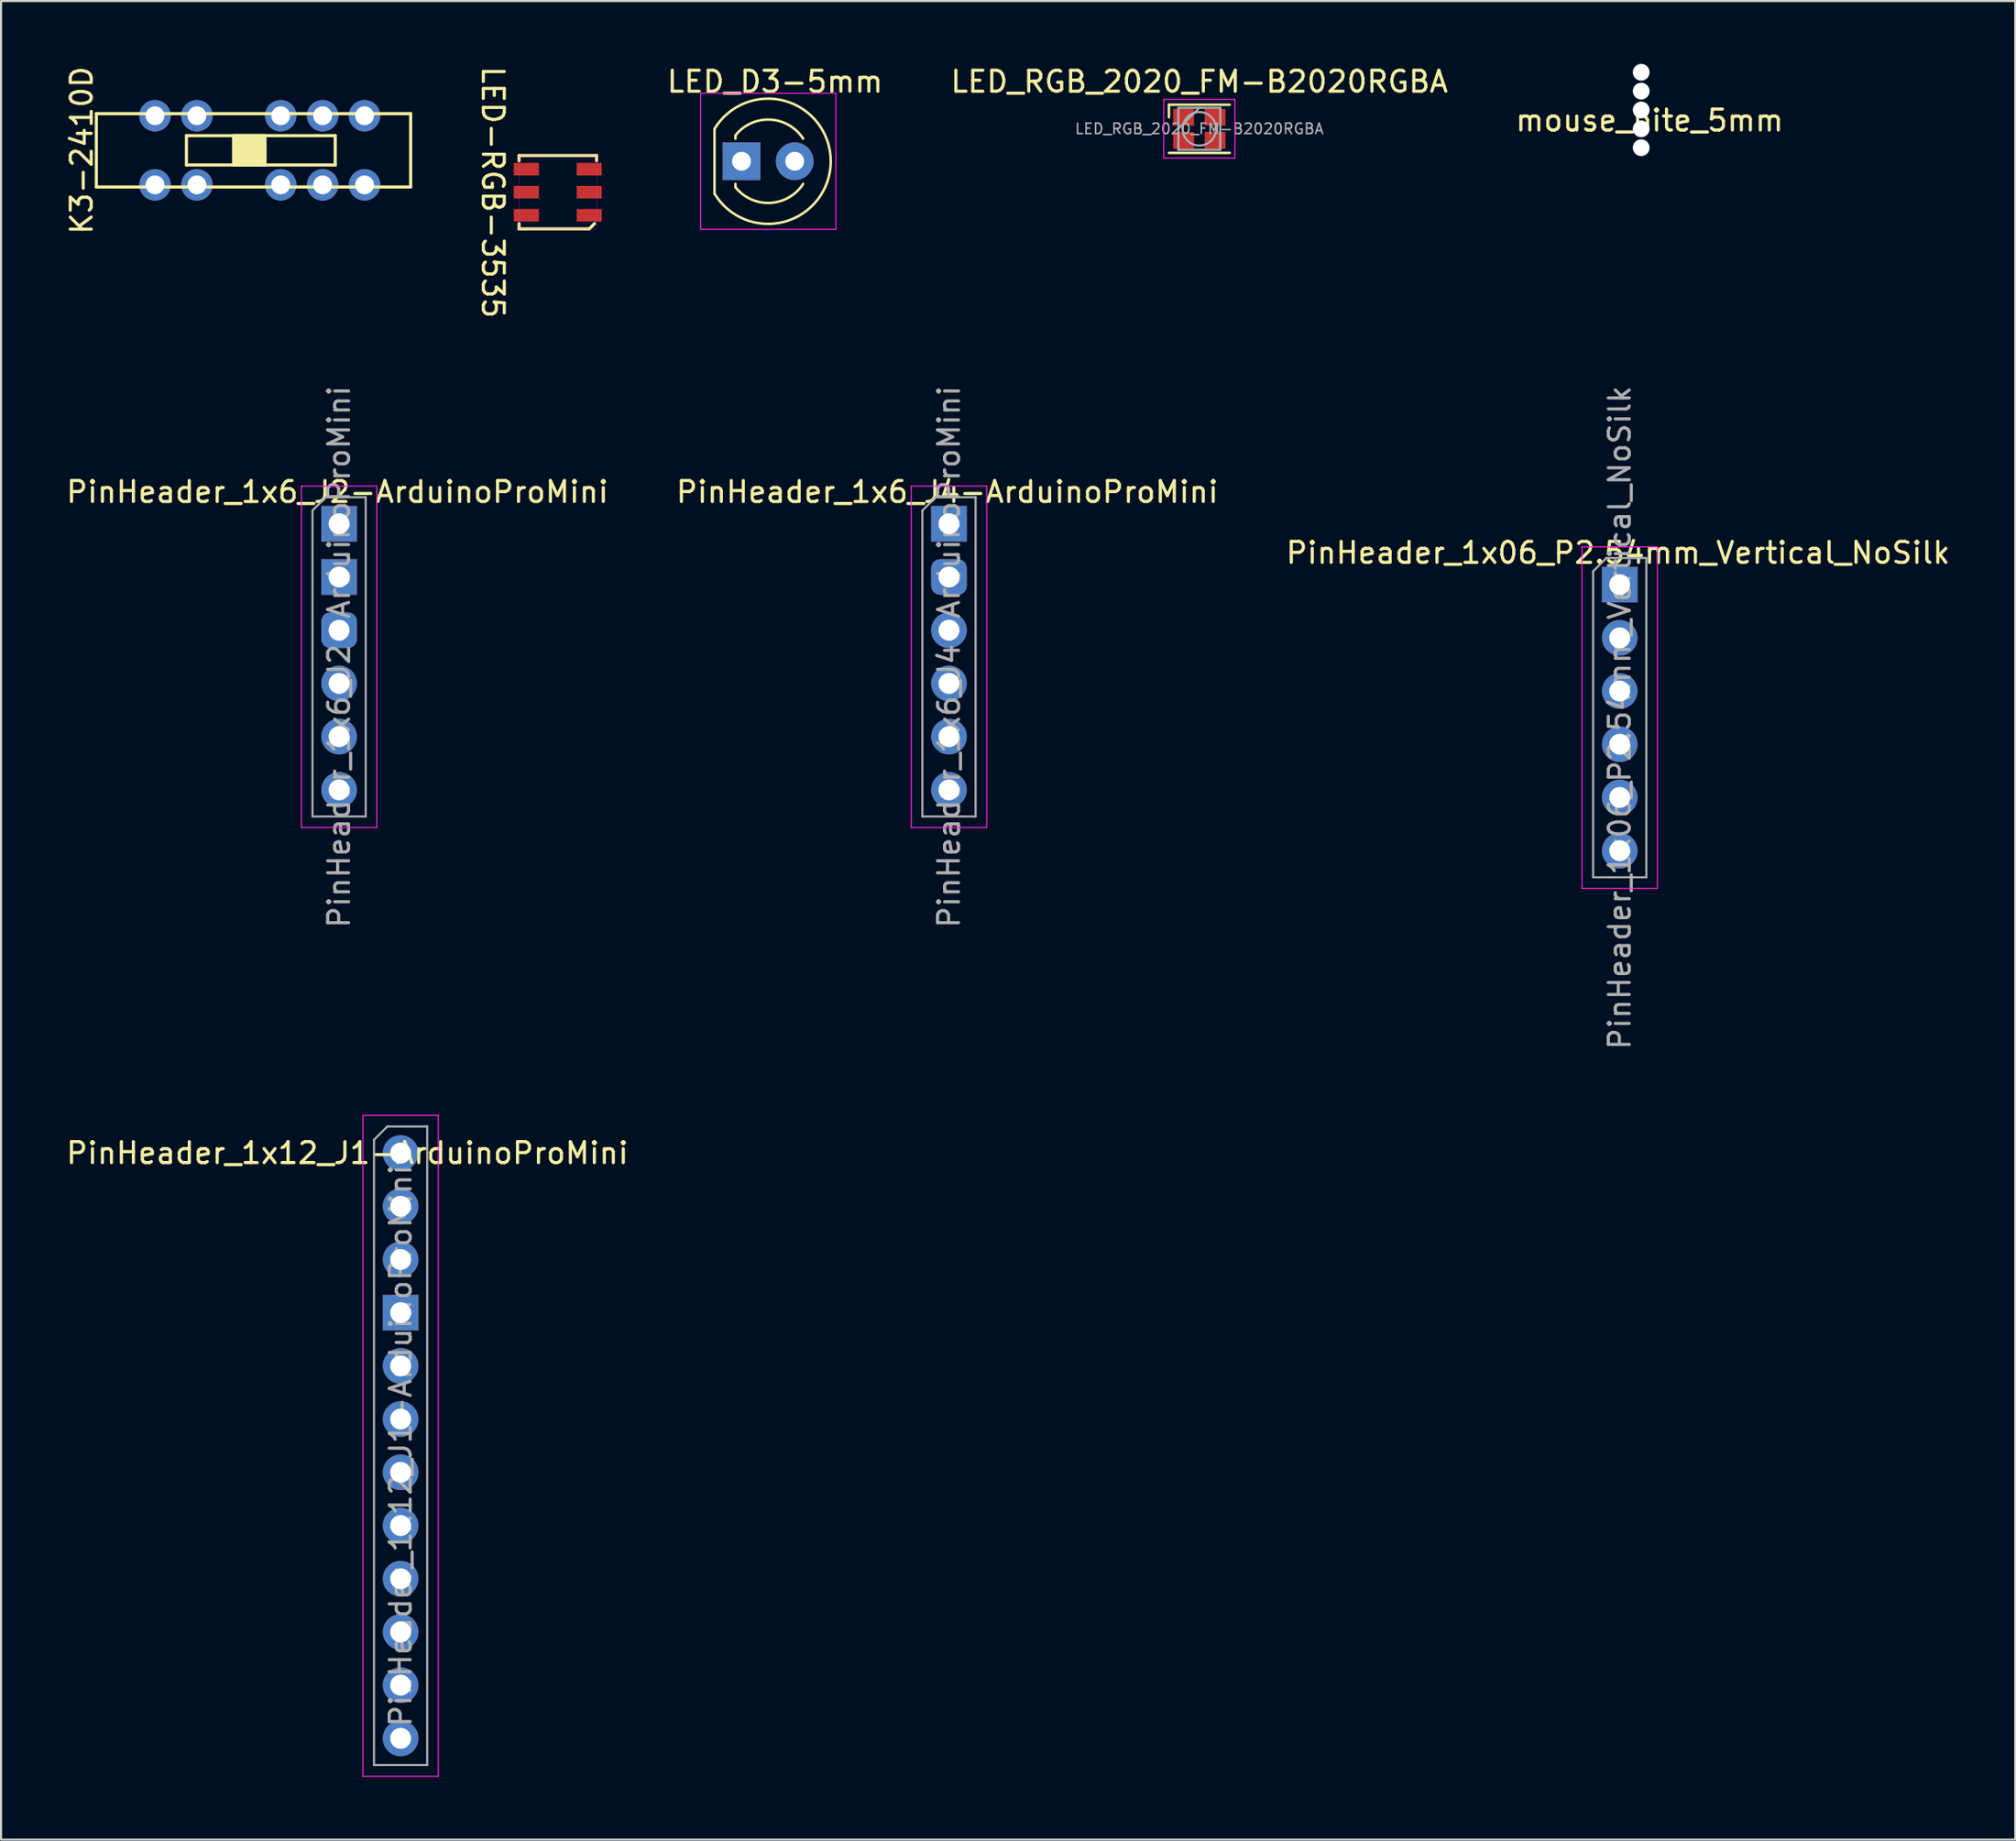
<source format=kicad_pcb>
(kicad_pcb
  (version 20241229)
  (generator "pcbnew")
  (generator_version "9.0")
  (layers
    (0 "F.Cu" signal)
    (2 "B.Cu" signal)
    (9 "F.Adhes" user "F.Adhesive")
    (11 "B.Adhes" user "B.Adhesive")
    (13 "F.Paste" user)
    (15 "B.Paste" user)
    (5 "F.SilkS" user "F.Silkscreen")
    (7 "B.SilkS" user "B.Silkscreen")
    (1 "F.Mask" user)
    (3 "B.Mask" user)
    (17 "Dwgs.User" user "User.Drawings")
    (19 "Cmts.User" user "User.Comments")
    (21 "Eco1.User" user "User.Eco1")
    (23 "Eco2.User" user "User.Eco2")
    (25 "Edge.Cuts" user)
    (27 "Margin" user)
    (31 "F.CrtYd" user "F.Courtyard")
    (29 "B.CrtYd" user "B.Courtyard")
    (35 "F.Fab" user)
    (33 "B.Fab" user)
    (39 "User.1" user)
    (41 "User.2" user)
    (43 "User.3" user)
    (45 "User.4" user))
  (footprint "PinHeader_1x6_J2-ArduinoProMini"
    (layer "F.Cu")
    (at 13.134 21.954)
    (property "Reference" "PinHeader_1x6_J2-ArduinoProMini" (at -0.08 -1.52 0) (layer "F.SilkS") (effects (font (size 1 1) (thickness 0.15))))
    (attr through_hole)
    (fp_line (start -1.8 -1.8) (end -1.8 14.5) (stroke (width 0.05) (type solid)) (layer "F.CrtYd"))
    (fp_line (start -1.8 14.5) (end 1.8 14.5) (stroke (width 0.05) (type solid)) (layer "F.CrtYd"))
    (fp_line (start 1.8 -1.8) (end -1.8 -1.8) (stroke (width 0.05) (type solid)) (layer "F.CrtYd"))
    (fp_line (start 1.8 14.5) (end 1.8 -1.8) (stroke (width 0.05) (type solid)) (layer "F.CrtYd"))
    (fp_line (start -1.27 -0.635) (end -0.635 -1.27) (stroke (width 0.1) (type solid)) (layer "F.Fab"))
    (fp_line (start -1.27 13.97) (end -1.27 -0.635) (stroke (width 0.1) (type solid)) (layer "F.Fab"))
    (fp_line (start -0.635 -1.27) (end 1.27 -1.27) (stroke (width 0.1) (type solid)) (layer "F.Fab"))
    (fp_line (start 1.27 -1.27) (end 1.27 13.97) (stroke (width 0.1) (type solid)) (layer "F.Fab"))
    (fp_line (start 1.27 13.97) (end -1.27 13.97) (stroke (width 0.1) (type solid)) (layer "F.Fab"))
    (fp_text user "${REFERENCE}" (at 0 6.35 90) (layer "F.Fab") (effects (font (size 1 1) (thickness 0.15))))
    (pad "1" thru_hole rect (at 0 0) (size 1.7 1.7) (drill 1) (layers "*.Cu" "*.Mask"))
    (pad "2" thru_hole rect (at 0 2.54) (size 1.7 1.7) (drill 1) (layers "*.Cu" "*.Mask"))
    (pad "3" thru_hole roundrect (at 0 5.08) (size 1.7 1.7) (drill 1) (layers "*.Cu" "*.Mask") (roundrect_rratio 0.25))
    (pad "4" thru_hole oval (at 0 7.62) (size 1.7 1.7) (drill 1) (layers "*.Cu" "*.Mask"))
    (pad "5" thru_hole oval (at 0 10.16) (size 1.7 1.7) (drill 1) (layers "*.Cu" "*.Mask"))
    (pad "6" thru_hole oval (at 0 12.7) (size 1.7 1.7) (drill 1) (layers "*.Cu" "*.Mask")))
  (footprint "PinHeader_1x06_P2.54mm_Vertical_NoSilk"
    (layer "F.Cu")
    (at 74.253 24.858)
    (property "Reference" "PinHeader_1x06_P2.54mm_Vertical_NoSilk" (at -0.08 -1.52 0) (layer "F.SilkS") (effects (font (size 1 1) (thickness 0.15))))
    (attr through_hole)
    (fp_line (start -1.8 -1.8) (end -1.8 14.5) (stroke (width 0.05) (type solid)) (layer "F.CrtYd"))
    (fp_line (start -1.8 14.5) (end 1.8 14.5) (stroke (width 0.05) (type solid)) (layer "F.CrtYd"))
    (fp_line (start 1.8 -1.8) (end -1.8 -1.8) (stroke (width 0.05) (type solid)) (layer "F.CrtYd"))
    (fp_line (start 1.8 14.5) (end 1.8 -1.8) (stroke (width 0.05) (type solid)) (layer "F.CrtYd"))
    (fp_line (start -1.27 -0.635) (end -0.635 -1.27) (stroke (width 0.1) (type solid)) (layer "F.Fab"))
    (fp_line (start -1.27 13.97) (end -1.27 -0.635) (stroke (width 0.1) (type solid)) (layer "F.Fab"))
    (fp_line (start -0.635 -1.27) (end 1.27 -1.27) (stroke (width 0.1) (type solid)) (layer "F.Fab"))
    (fp_line (start 1.27 -1.27) (end 1.27 13.97) (stroke (width 0.1) (type solid)) (layer "F.Fab"))
    (fp_line (start 1.27 13.97) (end -1.27 13.97) (stroke (width 0.1) (type solid)) (layer "F.Fab"))
    (fp_text user "${REFERENCE}" (at 0 6.35 90) (layer "F.Fab") (effects (font (size 1 1) (thickness 0.15))))
    (pad "1" thru_hole rect (at 0 0) (size 1.7 1.7) (drill 1) (layers "*.Cu" "*.Mask"))
    (pad "2" thru_hole oval (at 0 2.54) (size 1.7 1.7) (drill 1) (layers "*.Cu" "*.Mask"))
    (pad "3" thru_hole oval (at 0 5.08) (size 1.7 1.7) (drill 1) (layers "*.Cu" "*.Mask"))
    (pad "4" thru_hole oval (at 0 7.62) (size 1.7 1.7) (drill 1) (layers "*.Cu" "*.Mask"))
    (pad "5" thru_hole oval (at 0 10.16) (size 1.7 1.7) (drill 1) (layers "*.Cu" "*.Mask"))
    (pad "6" thru_hole oval (at 0 12.7) (size 1.7 1.7) (drill 1) (layers "*.Cu" "*.Mask")))
  (footprint "LED-RGB-3535"
    (layer "F.Cu")
    (at 23.572 6.125)
    (property "Reference" "LED-RGB-3535" (at -3.1 0 270) (unlocked yes) (layer "F.SilkS") (effects (font (size 1 1) (thickness 0.15))))
    (attr through_hole)
    (fp_line (start -1.85 -1.75) (end -1.85 -1.5) (stroke (width 0.15) (type solid)) (layer "F.SilkS"))
    (fp_line (start -1.85 -1.75) (end 1.85 -1.75) (stroke (width 0.15) (type solid)) (layer "F.SilkS"))
    (fp_line (start -1.85 1.5) (end -1.85 1.75) (stroke (width 0.15) (type solid)) (layer "F.SilkS"))
    (fp_line (start -1.85 1.75) (end 1.5 1.75) (stroke (width 0.15) (type solid)) (layer "F.SilkS"))
    (fp_line (start 1.75 1.5) (end 1.5 1.75) (stroke (width 0.15) (type solid)) (layer "F.SilkS"))
    (fp_line (start 1.85 -1.75) (end 1.85 -1.5) (stroke (width 0.15) (type solid)) (layer "F.SilkS"))
    (fp_line (start -1.85 1.75) (end -1.85 -1.75) (stroke (width 0.01) (type solid)) (layer "F.CrtYd"))
    (fp_line (start 1.85 -1.75) (end -1.85 -1.75) (stroke (width 0.01) (type solid)) (layer "F.CrtYd"))
    (fp_line (start 1.85 1.75) (end -1.85 1.75) (stroke (width 0.01) (type solid)) (layer "F.CrtYd"))
    (fp_line (start 1.85 1.75) (end 1.85 -1.75) (stroke (width 0.01) (type solid)) (layer "F.CrtYd"))
    (pad "1" smd rect (at 1.5 -1.1) (size 1.2 0.6) (layers "F.Cu" "F.Mask" "F.Paste"))
    (pad "2" smd rect (at 1.5 0) (size 1.2 0.6) (layers "F.Cu" "F.Mask" "F.Paste"))
    (pad "3" smd rect (at 1.5 1.1) (size 1.2 0.6) (layers "F.Cu" "F.Mask" "F.Paste"))
    (pad "4" smd rect (at -1.5 1.1) (size 1.2 0.6) (layers "F.Cu" "F.Mask" "F.Paste"))
    (pad "5" smd rect (at -1.5 0) (size 1.2 0.6) (layers "F.Cu" "F.Mask" "F.Paste"))
    (pad "6" smd rect (at -1.5 -1.1) (size 1.2 0.6) (layers "F.Cu" "F.Mask" "F.Paste")))
  (footprint "LED_D3-5mm"
    (layer "F.Cu")
    (at 32.339 4.648)
    (property "Reference" "LED_D3-5mm" (at 1.6 -3.8 0) (layer "F.SilkS") (effects (font (size 1 1) (thickness 0.15))))
    (attr through_hole)
    (fp_line (start -1.29 -1.545) (end -1.29 1.545) (stroke (width 0.12) (type solid)) (layer "F.SilkS"))
    (fp_line (start -0.29 -1.236) (end -0.29 -1.08) (stroke (width 0.12) (type solid)) (layer "F.SilkS"))
    (fp_line (start -0.29 1.08) (end -0.29 1.236) (stroke (width 0.12) (type solid)) (layer "F.SilkS"))
    (fp_arc (start -1.29 -1.54483) (mid 2.072002 -2.880433) (end 4.26 0.000462) (stroke (width 0.12) (type solid)) (layer "F.SilkS"))
    (fp_arc (start -0.29 -1.235516) (mid 1.366487 -1.987659) (end 2.942335 -1.078608) (stroke (width 0.12) (type solid)) (layer "F.SilkS"))
    (fp_arc (start 2.942335 1.078608) (mid 1.366487 1.987659) (end -0.29 1.235516) (stroke (width 0.12) (type solid)) (layer "F.SilkS"))
    (fp_arc (start 4.26 -0.000462) (mid 2.072002 2.880433) (end -1.29 1.54483) (stroke (width 0.12) (type solid)) (layer "F.SilkS"))
    (fp_line (start -1.95 -3.25) (end -1.95 3.25) (stroke (width 0.05) (type solid)) (layer "F.CrtYd"))
    (fp_line (start -1.95 3.25) (end 4.5 3.25) (stroke (width 0.05) (type solid)) (layer "F.CrtYd"))
    (fp_line (start 4.5 -3.25) (end -1.95 -3.25) (stroke (width 0.05) (type solid)) (layer "F.CrtYd"))
    (fp_line (start 4.5 3.25) (end 4.5 -3.25) (stroke (width 0.05) (type solid)) (layer "F.CrtYd"))
    (pad "1" thru_hole rect (at 0 0) (size 1.8 1.8) (drill 0.9) (layers "*.Cu" "*.Mask"))
    (pad "2" thru_hole circle (at 2.54 0) (size 1.8 1.8) (drill 0.9) (layers "*.Cu" "*.Mask")))
  (footprint "PinHeader_1x6_J4-ArduinoProMini"
    (layer "F.Cu")
    (at 42.241 21.954)
    (property "Reference" "PinHeader_1x6_J4-ArduinoProMini" (at -0.08 -1.52 0) (layer "F.SilkS") (effects (font (size 1 1) (thickness 0.15))))
    (attr through_hole)
    (fp_line (start -1.8 -1.8) (end -1.8 14.5) (stroke (width 0.05) (type solid)) (layer "F.CrtYd"))
    (fp_line (start -1.8 14.5) (end 1.8 14.5) (stroke (width 0.05) (type solid)) (layer "F.CrtYd"))
    (fp_line (start 1.8 -1.8) (end -1.8 -1.8) (stroke (width 0.05) (type solid)) (layer "F.CrtYd"))
    (fp_line (start 1.8 14.5) (end 1.8 -1.8) (stroke (width 0.05) (type solid)) (layer "F.CrtYd"))
    (fp_line (start -1.27 -0.635) (end -0.635 -1.27) (stroke (width 0.1) (type solid)) (layer "F.Fab"))
    (fp_line (start -1.27 13.97) (end -1.27 -0.635) (stroke (width 0.1) (type solid)) (layer "F.Fab"))
    (fp_line (start -0.635 -1.27) (end 1.27 -1.27) (stroke (width 0.1) (type solid)) (layer "F.Fab"))
    (fp_line (start 1.27 -1.27) (end 1.27 13.97) (stroke (width 0.1) (type solid)) (layer "F.Fab"))
    (fp_line (start 1.27 13.97) (end -1.27 13.97) (stroke (width 0.1) (type solid)) (layer "F.Fab"))
    (fp_text user "${REFERENCE}" (at 0 6.35 90) (layer "F.Fab") (effects (font (size 1 1) (thickness 0.15))))
    (pad "1" thru_hole rect (at 0 0) (size 1.7 1.7) (drill 1) (layers "*.Cu" "*.Mask"))
    (pad "2" thru_hole roundrect (at 0 2.54) (size 1.7 1.7) (drill 1) (layers "*.Cu" "*.Mask") (roundrect_rratio 0.25))
    (pad "3" thru_hole oval (at 0 5.08) (size 1.7 1.7) (drill 1) (layers "*.Cu" "*.Mask"))
    (pad "4" thru_hole oval (at 0 7.62) (size 1.7 1.7) (drill 1) (layers "*.Cu" "*.Mask"))
    (pad "5" thru_hole oval (at 0 10.16) (size 1.7 1.7) (drill 1) (layers "*.Cu" "*.Mask"))
    (pad "6" thru_hole oval (at 0 12.7) (size 1.7 1.7) (drill 1) (layers "*.Cu" "*.Mask")))
  (footprint "K3-2410D"
    (layer "F.Cu")
    (at 8.348 4.125)
    (property "Reference" "K3-2410D" (at -7.5 0 270) (layer "F.SilkS") (effects (font (size 1 1) (thickness 0.15))))
    (attr through_hole)
    (fp_line (start -6.8 -1.75) (end -6.8 1.75) (stroke (width 0.15) (type solid)) (layer "F.SilkS"))
    (fp_line (start -6.8 -1.75) (end 8.2 -1.75) (stroke (width 0.15) (type solid)) (layer "F.SilkS"))
    (fp_line (start -6.8 1.75) (end 8.2 1.75) (stroke (width 0.15) (type solid)) (layer "F.SilkS"))
    (fp_line (start -2.5 -0.7) (end -2.5 0.7) (stroke (width 0.15) (type solid)) (layer "F.SilkS"))
    (fp_line (start -2.5 -0.7) (end 4.6 -0.7) (stroke (width 0.15) (type solid)) (layer "F.SilkS"))
    (fp_line (start 4.6 -0.7) (end 4.6 0.7) (stroke (width 0.15) (type solid)) (layer "F.SilkS"))
    (fp_line (start 4.6 0.7) (end -2.5 0.7) (stroke (width 0.15) (type solid)) (layer "F.SilkS"))
    (fp_line (start 8.2 1.75) (end 8.2 -1.75) (stroke (width 0.15) (type solid)) (layer "F.SilkS"))
    (fp_poly (pts (xy -0.25 -0.7) (xy 1.25 -0.7) (xy 1.25 0.7) (xy -0.25 0.7)) (stroke (width 0.15) (type solid)) (fill yes) (layer "F.SilkS"))
    (pad "1" thru_hole circle (at -4 1.65) (size 1.5 1.5) (drill 0.9) (layers "*.Cu" "*.Mask"))
    (pad "2" thru_hole circle (at -2 1.65) (size 1.5 1.5) (drill 0.9) (layers "*.Cu" "*.Mask"))
    (pad "3" thru_hole circle (at 2 1.65) (size 1.5 1.5) (drill 0.9) (layers "*.Cu" "*.Mask"))
    (pad "4" thru_hole circle (at 4 1.65) (size 1.5 1.5) (drill 0.9) (layers "*.Cu" "*.Mask"))
    (pad "4" thru_hole circle (at 6 1.65) (size 1.5 1.5) (drill 0.9) (layers "*.Cu" "*.Mask"))
    (pad "5" thru_hole circle (at 4 -1.65) (size 1.5 1.5) (drill 0.9) (layers "*.Cu" "*.Mask"))
    (pad "5" thru_hole circle (at 6 -1.65) (size 1.5 1.5) (drill 0.9) (layers "*.Cu" "*.Mask"))
    (pad "6" thru_hole circle (at 2 -1.65) (size 1.5 1.5) (drill 0.9) (layers "*.Cu" "*.Mask"))
    (pad "7" thru_hole circle (at -2 -1.65) (size 1.5 1.5) (drill 0.9) (layers "*.Cu" "*.Mask"))
    (pad "8" thru_hole circle (at -4 -1.65) (size 1.5 1.5) (drill 0.9) (layers "*.Cu" "*.Mask")))
  (footprint "LED_RGB_2020_FM-B2020RGBA"
    (layer "F.Cu")
    (at 54.189 3.098)
    (property "Reference" "LED_RGB_2020_FM-B2020RGBA" (at 0 -2.25 0) (layer "F.SilkS") (effects (font (size 1 1) (thickness 0.15))))
    (attr smd)
    (fp_line (start -1.45 -1.15) (end 1.45 -1.15) (stroke (width 0.12) (type solid)) (layer "F.SilkS"))
    (fp_line (start -1.45 -0.55) (end -1.45 -1.15) (stroke (width 0.12) (type solid)) (layer "F.SilkS"))
    (fp_line (start -1.45 1.15) (end 1.45 1.15) (stroke (width 0.12) (type solid)) (layer "F.SilkS"))
    (fp_line (start -1.7 -1.4) (end -1.7 1.4) (stroke (width 0.05) (type solid)) (layer "F.CrtYd"))
    (fp_line (start -1.7 1.4) (end 1.7 1.4) (stroke (width 0.05) (type solid)) (layer "F.CrtYd"))
    (fp_line (start 1.7 -1.4) (end -1.7 -1.4) (stroke (width 0.05) (type solid)) (layer "F.CrtYd"))
    (fp_line (start 1.7 1.4) (end 1.7 -1.4) (stroke (width 0.05) (type solid)) (layer "F.CrtYd"))
    (fp_line (start -1 -1) (end -1 1) (stroke (width 0.1) (type solid)) (layer "F.Fab"))
    (fp_line (start -1 1) (end 1 1) (stroke (width 0.1) (type solid)) (layer "F.Fab"))
    (fp_line (start 0 -1) (end -1 0) (stroke (width 0.1) (type solid)) (layer "F.Fab"))
    (fp_line (start 1 -1) (end -1 -1) (stroke (width 0.1) (type solid)) (layer "F.Fab"))
    (fp_line (start 1 1) (end 1 -1) (stroke (width 0.1) (type solid)) (layer "F.Fab"))
    (fp_circle (center 0 0) (end 0.8 0) (stroke (width 0.1) (type solid)) (fill no) (layer "F.Fab"))
    (fp_text user "${REFERENCE}" (at 0 0 0) (layer "F.Fab") (effects (font (size 0.5 0.5) (thickness 0.075))))
    (pad "1" smd rect (at 0.75 0.55) (size 1 0.8) (layers "F.Cu" "F.Mask" "F.Paste"))
    (pad "2" smd rect (at -0.75 -0.55) (size 1 0.8) (layers "F.Cu" "F.Mask" "F.Paste"))
    (pad "3" smd rect (at -0.75 0.55) (size 1 0.8) (layers "F.Cu" "F.Mask" "F.Paste"))
    (pad "4" smd rect (at 0.75 -0.55) (size 1 0.8) (layers "F.Cu" "F.Mask" "F.Paste")))
  (footprint "PinHeader_1x12_J1-ArduinoProMini"
    (layer "F.Cu")
    (at 16.07 51.992)
    (property "Reference" "PinHeader_1x12_J1-ArduinoProMini" (at -2.54 0 0) (layer "F.SilkS") (effects (font (size 1 1) (thickness 0.15))))
    (attr through_hole)
    (fp_line (start -1.8 -1.8) (end -1.8 29.75) (stroke (width 0.05) (type solid)) (layer "F.CrtYd"))
    (fp_line (start -1.8 29.75) (end 1.8 29.75) (stroke (width 0.05) (type solid)) (layer "F.CrtYd"))
    (fp_line (start 1.8 -1.8) (end -1.8 -1.8) (stroke (width 0.05) (type solid)) (layer "F.CrtYd"))
    (fp_line (start 1.8 29.75) (end 1.8 -1.8) (stroke (width 0.05) (type solid)) (layer "F.CrtYd"))
    (fp_line (start -1.27 -0.635) (end -0.635 -1.27) (stroke (width 0.1) (type solid)) (layer "F.Fab"))
    (fp_line (start -1.27 29.21) (end -1.27 -0.635) (stroke (width 0.1) (type solid)) (layer "F.Fab"))
    (fp_line (start -0.635 -1.27) (end 1.27 -1.27) (stroke (width 0.1) (type solid)) (layer "F.Fab"))
    (fp_line (start 1.27 -1.27) (end 1.27 29.21) (stroke (width 0.1) (type solid)) (layer "F.Fab"))
    (fp_line (start 1.27 29.21) (end -1.27 29.21) (stroke (width 0.1) (type solid)) (layer "F.Fab"))
    (fp_text user "${REFERENCE}" (at 0 13.97 90) (layer "F.Fab") (effects (font (size 1 1) (thickness 0.15))))
    (pad "1" thru_hole circle (at 0 0) (size 1.7 1.7) (drill 1) (layers "*.Cu" "*.Mask"))
    (pad "2" thru_hole oval (at 0 2.54) (size 1.7 1.7) (drill 1) (layers "*.Cu" "*.Mask"))
    (pad "3" thru_hole oval (at 0 5.08) (size 1.7 1.7) (drill 1) (layers "*.Cu" "*.Mask"))
    (pad "4" thru_hole rect (at 0 7.62) (size 1.7 1.7) (drill 1) (layers "*.Cu" "*.Mask"))
    (pad "5" thru_hole oval (at 0 10.16) (size 1.7 1.7) (drill 1) (layers "*.Cu" "*.Mask"))
    (pad "6" thru_hole oval (at 0 12.7) (size 1.7 1.7) (drill 1) (layers "*.Cu" "*.Mask"))
    (pad "7" thru_hole oval (at 0 15.24) (size 1.7 1.7) (drill 1) (layers "*.Cu" "*.Mask"))
    (pad "8" thru_hole oval (at 0 17.78) (size 1.7 1.7) (drill 1) (layers "*.Cu" "*.Mask"))
    (pad "9" thru_hole oval (at 0 20.32) (size 1.7 1.7) (drill 1) (layers "*.Cu" "*.Mask"))
    (pad "10" thru_hole oval (at 0 22.86) (size 1.7 1.7) (drill 1) (layers "*.Cu" "*.Mask"))
    (pad "11" thru_hole oval (at 0 25.4) (size 1.7 1.7) (drill 1) (layers "*.Cu" "*.Mask"))
    (pad "12" thru_hole oval (at 0 27.94) (size 1.7 1.7) (drill 1) (layers "*.Cu" "*.Mask")))
  (footprint "mouse_bite_5mm"
    (layer "F.Cu")
    (at 75.677 2.2)
    (property "Reference" "mouse_bite_5mm" (at 0 0.5 0) (layer "F.SilkS") (effects (font (size 1 1) (thickness 0.15))))
    (attr through_hole)
    (pad "" np_thru_hole circle (at -0.4 -1.8) (size 0.8 0.8) (drill 0.8) (layers "*.Cu" "*.Mask"))
    (pad "" np_thru_hole circle (at -0.4 -0.9) (size 0.8 0.8) (drill 0.8) (layers "*.Cu" "*.Mask"))
    (pad "" np_thru_hole circle (at -0.4 0) (size 0.8 0.8) (drill 0.8) (layers "*.Cu" "*.Mask"))
    (pad "" np_thru_hole circle (at -0.4 0.9) (size 0.8 0.8) (drill 0.8) (layers "*.Cu" "*.Mask"))
    (pad "" np_thru_hole circle (at -0.4 1.8) (size 0.8 0.8) (drill 0.8) (layers "*.Cu" "*.Mask")))
  (gr_rect
    (start -3 -3)
    (end 93.131 84.767)
    (stroke (width 0.1) (type default))
    (fill no)
    (layer "Edge.Cuts")))
</source>
